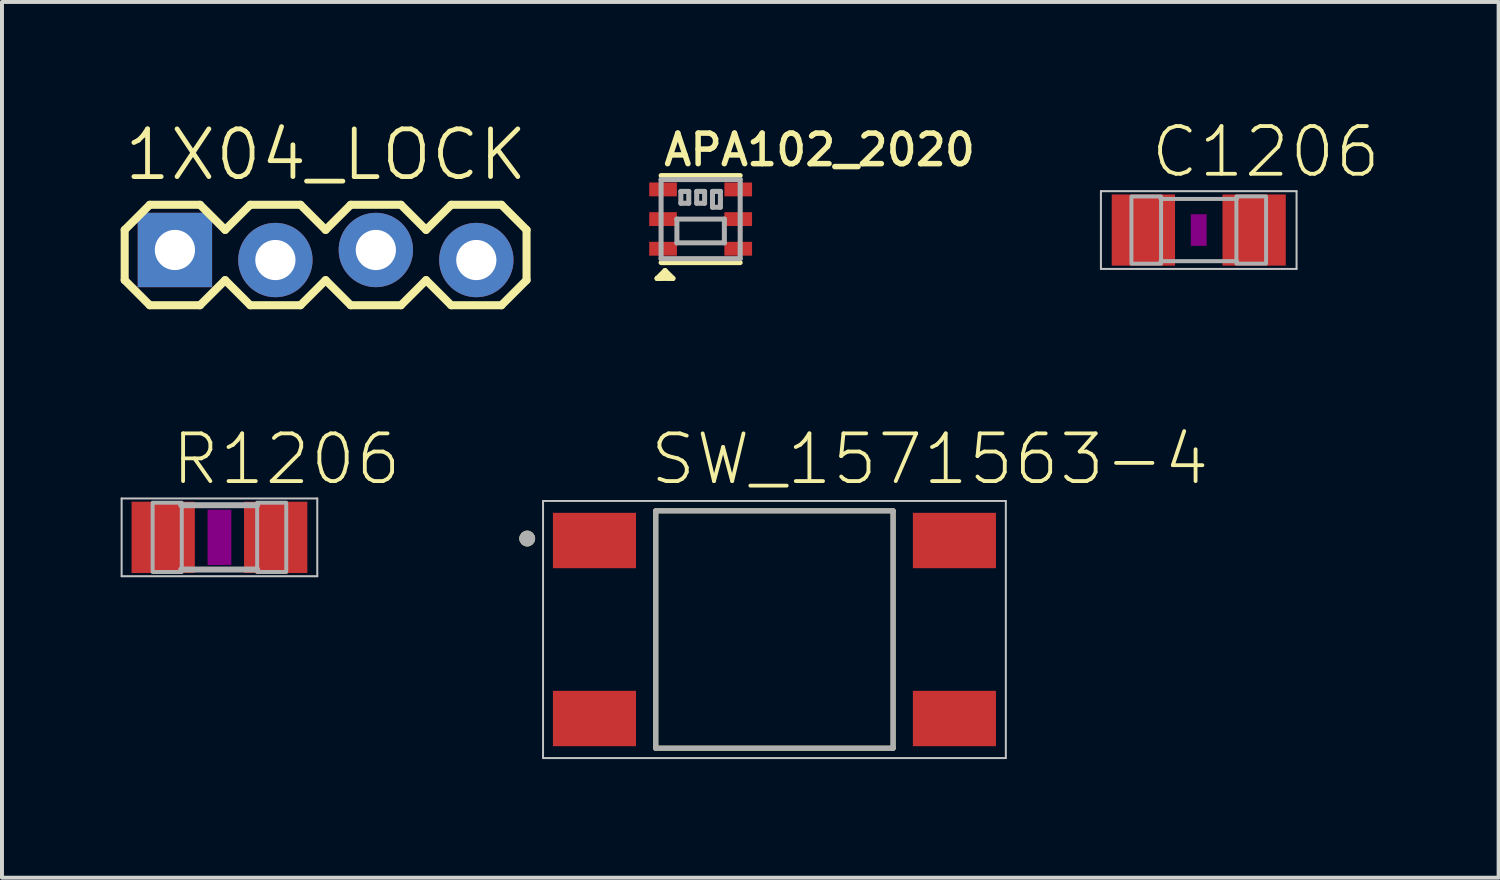
<source format=kicad_pcb>
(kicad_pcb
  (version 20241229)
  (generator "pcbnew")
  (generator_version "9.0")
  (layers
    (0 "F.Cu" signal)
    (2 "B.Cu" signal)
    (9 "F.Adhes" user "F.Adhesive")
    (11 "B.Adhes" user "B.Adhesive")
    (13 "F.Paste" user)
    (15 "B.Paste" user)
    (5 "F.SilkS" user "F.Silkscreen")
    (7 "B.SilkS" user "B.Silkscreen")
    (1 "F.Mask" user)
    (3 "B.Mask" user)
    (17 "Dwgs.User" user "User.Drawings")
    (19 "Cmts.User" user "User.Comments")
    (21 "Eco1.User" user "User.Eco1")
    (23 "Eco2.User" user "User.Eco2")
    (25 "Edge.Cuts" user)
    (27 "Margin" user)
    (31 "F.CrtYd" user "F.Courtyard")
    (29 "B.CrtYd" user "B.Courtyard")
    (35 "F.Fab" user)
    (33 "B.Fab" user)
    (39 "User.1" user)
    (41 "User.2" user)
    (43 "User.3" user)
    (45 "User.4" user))
  (footprint "APA102_2020"
    (layer "F.Cu")
    (at 14.663 2.489)
    (property "Reference" "APA102_2020" (at -1 -1.3 0) (layer "F.SilkS") (effects (font (size 0.772 0.772) (thickness 0.139)) (justify left bottom)))
    (attr through_hole)
    (fp_line (start -1.1 1.5) (end -1 1.5) (stroke (width 0.127) (type solid)) (layer "F.SilkS"))
    (fp_line (start -1.1 1.5) (end -0.8 1.5) (stroke (width 0.127) (type solid)) (layer "F.SilkS"))
    (fp_line (start -1 1.5) (end -0.9 1.4) (stroke (width 0.127) (type solid)) (layer "F.SilkS"))
    (fp_line (start -0.9 1.3) (end -1.1 1.5) (stroke (width 0.127) (type solid)) (layer "F.SilkS"))
    (fp_line (start -0.8 1.5) (end -0.7 1.5) (stroke (width 0.127) (type solid)) (layer "F.SilkS"))
    (fp_line (start -0.7 1.5) (end -0.9 1.3) (stroke (width 0.127) (type solid)) (layer "F.SilkS"))
    (fp_line (start 1 -1.1) (end -1 -1.1) (stroke (width 0.127) (type solid)) (layer "F.SilkS"))
    (fp_line (start 1 1.1) (end -1 1.1) (stroke (width 0.127) (type solid)) (layer "F.SilkS"))
    (fp_line (start -1 -1) (end 1 -1) (stroke (width 0.127) (type solid)) (layer "F.Fab"))
    (fp_line (start -1 1) (end -1 -1) (stroke (width 0.127) (type solid)) (layer "F.Fab"))
    (fp_line (start -0.6 0) (end 0.6 0) (stroke (width 0.127) (type solid)) (layer "F.Fab"))
    (fp_line (start -0.6 0.6) (end -0.6 0) (stroke (width 0.127) (type solid)) (layer "F.Fab"))
    (fp_line (start -0.5 -0.7) (end -0.3 -0.7) (stroke (width 0.127) (type solid)) (layer "F.Fab"))
    (fp_line (start -0.5 -0.4) (end -0.5 -0.7) (stroke (width 0.127) (type solid)) (layer "F.Fab"))
    (fp_line (start -0.3 -0.7) (end -0.3 -0.4) (stroke (width 0.127) (type solid)) (layer "F.Fab"))
    (fp_line (start -0.3 -0.4) (end -0.5 -0.4) (stroke (width 0.127) (type solid)) (layer "F.Fab"))
    (fp_line (start -0.1 -0.7) (end 0.1 -0.7) (stroke (width 0.127) (type solid)) (layer "F.Fab"))
    (fp_line (start -0.1 -0.4) (end -0.1 -0.7) (stroke (width 0.127) (type solid)) (layer "F.Fab"))
    (fp_line (start 0.1 -0.7) (end 0.1 -0.4) (stroke (width 0.127) (type solid)) (layer "F.Fab"))
    (fp_line (start 0.1 -0.4) (end -0.1 -0.4) (stroke (width 0.127) (type solid)) (layer "F.Fab"))
    (fp_line (start 0.3 -0.7) (end 0.5 -0.7) (stroke (width 0.127) (type solid)) (layer "F.Fab"))
    (fp_line (start 0.3 -0.3) (end 0.3 -0.7) (stroke (width 0.127) (type solid)) (layer "F.Fab"))
    (fp_line (start 0.5 -0.7) (end 0.5 -0.5) (stroke (width 0.127) (type solid)) (layer "F.Fab"))
    (fp_line (start 0.5 -0.5) (end 0.5 -0.3) (stroke (width 0.127) (type solid)) (layer "F.Fab"))
    (fp_line (start 0.5 -0.3) (end 0.3 -0.3) (stroke (width 0.127) (type solid)) (layer "F.Fab"))
    (fp_line (start 0.6 0) (end 0.6 0.6) (stroke (width 0.127) (type solid)) (layer "F.Fab"))
    (fp_line (start 0.6 0.6) (end -0.6 0.6) (stroke (width 0.127) (type solid)) (layer "F.Fab"))
    (fp_line (start 1 -1) (end 1 1) (stroke (width 0.127) (type solid)) (layer "F.Fab"))
    (fp_line (start 1 1) (end -1 1) (stroke (width 0.127) (type solid)) (layer "F.Fab"))
    (pad "1" smd rect (at -0.95 0.75 180) (size 0.7 0.35) (layers "F.Cu" "F.Mask" "F.Paste"))
    (pad "2" smd rect (at -0.95 0 180) (size 0.7 0.35) (layers "F.Cu" "F.Mask" "F.Paste"))
    (pad "3" smd rect (at -0.95 -0.75 180) (size 0.7 0.35) (layers "F.Cu" "F.Mask" "F.Paste"))
    (pad "4" smd rect (at 0.95 -0.75 180) (size 0.7 0.35) (layers "F.Cu" "F.Mask" "F.Paste"))
    (pad "5" smd rect (at 0.95 0 180) (size 0.7 0.35) (layers "F.Cu" "F.Mask" "F.Paste"))
    (pad "6" smd rect (at 0.95 0.75 180) (size 0.7 0.35) (layers "F.Cu" "F.Mask" "F.Paste")))
  (footprint "1X04_LOCK"
    (layer "F.Cu")
    (at 1.372 3.397)
    (property "Reference" "1X04_LOCK" (at -1.346 -1.829 0) (layer "F.SilkS") (effects (font (size 1.206 1.206) (thickness 0.121)) (justify left bottom)))
    (attr through_hole)
    (fp_line (start -1.27 -0.635) (end -1.27 0.635) (stroke (width 0.203) (type solid)) (layer "F.SilkS"))
    (fp_line (start -1.27 0.635) (end -0.635 1.27) (stroke (width 0.203) (type solid)) (layer "F.SilkS"))
    (fp_line (start -0.635 -1.27) (end -1.27 -0.635) (stroke (width 0.203) (type solid)) (layer "F.SilkS"))
    (fp_line (start -0.635 -1.27) (end 0.635 -1.27) (stroke (width 0.203) (type solid)) (layer "F.SilkS"))
    (fp_line (start 0.635 -1.27) (end 1.27 -0.635) (stroke (width 0.203) (type solid)) (layer "F.SilkS"))
    (fp_line (start 0.635 1.27) (end -0.635 1.27) (stroke (width 0.203) (type solid)) (layer "F.SilkS"))
    (fp_line (start 1.27 -0.635) (end 1.905 -1.27) (stroke (width 0.203) (type solid)) (layer "F.SilkS"))
    (fp_line (start 1.27 0.635) (end 0.635 1.27) (stroke (width 0.203) (type solid)) (layer "F.SilkS"))
    (fp_line (start 1.905 -1.27) (end 3.175 -1.27) (stroke (width 0.203) (type solid)) (layer "F.SilkS"))
    (fp_line (start 1.905 1.27) (end 1.27 0.635) (stroke (width 0.203) (type solid)) (layer "F.SilkS"))
    (fp_line (start 3.175 -1.27) (end 3.81 -0.635) (stroke (width 0.203) (type solid)) (layer "F.SilkS"))
    (fp_line (start 3.175 1.27) (end 1.905 1.27) (stroke (width 0.203) (type solid)) (layer "F.SilkS"))
    (fp_line (start 3.81 -0.635) (end 4.445 -1.27) (stroke (width 0.203) (type solid)) (layer "F.SilkS"))
    (fp_line (start 3.81 0.635) (end 3.175 1.27) (stroke (width 0.203) (type solid)) (layer "F.SilkS"))
    (fp_line (start 4.445 -1.27) (end 5.715 -1.27) (stroke (width 0.203) (type solid)) (layer "F.SilkS"))
    (fp_line (start 4.445 1.27) (end 3.81 0.635) (stroke (width 0.203) (type solid)) (layer "F.SilkS"))
    (fp_line (start 5.715 -1.27) (end 6.35 -0.635) (stroke (width 0.203) (type solid)) (layer "F.SilkS"))
    (fp_line (start 5.715 1.27) (end 4.445 1.27) (stroke (width 0.203) (type solid)) (layer "F.SilkS"))
    (fp_line (start 6.35 0.635) (end 5.715 1.27) (stroke (width 0.203) (type solid)) (layer "F.SilkS"))
    (fp_line (start 6.35 0.635) (end 6.985 1.27) (stroke (width 0.203) (type solid)) (layer "F.SilkS"))
    (fp_line (start 6.985 -1.27) (end 6.35 -0.635) (stroke (width 0.203) (type solid)) (layer "F.SilkS"))
    (fp_line (start 6.985 -1.27) (end 8.255 -1.27) (stroke (width 0.203) (type solid)) (layer "F.SilkS"))
    (fp_line (start 8.255 -1.27) (end 8.89 -0.635) (stroke (width 0.203) (type solid)) (layer "F.SilkS"))
    (fp_line (start 8.255 1.27) (end 6.985 1.27) (stroke (width 0.203) (type solid)) (layer "F.SilkS"))
    (fp_line (start 8.89 -0.635) (end 8.89 0.635) (stroke (width 0.203) (type solid)) (layer "F.SilkS"))
    (fp_line (start 8.89 0.635) (end 8.255 1.27) (stroke (width 0.203) (type solid)) (layer "F.SilkS"))
    (fp_poly (pts (xy -0.254 0.254) (xy 0.254 0.254) (xy 0.254 -0.254) (xy -0.254 -0.254)) (stroke (width 0.1) (type solid)) (fill no) (layer "F.Fab"))
    (fp_poly (pts (xy 2.286 0.254) (xy 2.794 0.254) (xy 2.794 -0.254) (xy 2.286 -0.254)) (stroke (width 0.1) (type solid)) (fill no) (layer "F.Fab"))
    (fp_poly (pts (xy 4.826 0.254) (xy 5.334 0.254) (xy 5.334 -0.254) (xy 4.826 -0.254)) (stroke (width 0.1) (type solid)) (fill no) (layer "F.Fab"))
    (fp_poly (pts (xy 7.366 0.254) (xy 7.874 0.254) (xy 7.874 -0.254) (xy 7.366 -0.254)) (stroke (width 0.1) (type solid)) (fill no) (layer "F.Fab"))
    (pad "1" thru_hole rect (at 0 -0.127 90) (size 1.88 1.88) (drill 1.016) (layers "*.Cu" "*.Mask"))
    (pad "2" thru_hole circle (at 2.54 0.127 90) (size 1.88 1.88) (drill 1.016) (layers "*.Cu" "*.Mask"))
    (pad "3" thru_hole circle (at 5.08 -0.127 90) (size 1.88 1.88) (drill 1.016) (layers "*.Cu" "*.Mask"))
    (pad "4" thru_hole circle (at 7.62 0.127 90) (size 1.88 1.88) (drill 1.016) (layers "*.Cu" "*.Mask")))
  (footprint "SW_1571563-4"
    (layer "F.Cu")
    (at 16.529 12.865)
    (property "Reference" "SW_1571563-4" (at -3.2 -3.6 0) (layer "F.SilkS") (effects (font (size 1.206 1.206) (thickness 0.097)) (justify left bottom)))
    (attr through_hole)
    (fp_line (start -3 3) (end -3 -3) (stroke (width 0.127) (type solid)) (layer "F.SilkS"))
    (fp_line (start 3 -3) (end -3 -3) (stroke (width 0.127) (type solid)) (layer "F.SilkS"))
    (fp_line (start 3 -3) (end 3 3) (stroke (width 0.127) (type solid)) (layer "F.SilkS"))
    (fp_line (start 3 3) (end -3 3) (stroke (width 0.127) (type solid)) (layer "F.SilkS"))
    (fp_circle (center -6.25 -2.3) (end -6.15 -2.3) (stroke (width 0.2) (type solid)) (fill no) (layer "F.SilkS"))
    (fp_line (start -5.85 -3.25) (end -5.85 3.25) (stroke (width 0.05) (type solid)) (layer "Dwgs.User"))
    (fp_line (start -5.85 3.25) (end 5.85 3.25) (stroke (width 0.05) (type solid)) (layer "Dwgs.User"))
    (fp_line (start 5.85 -3.25) (end -5.85 -3.25) (stroke (width 0.05) (type solid)) (layer "Dwgs.User"))
    (fp_line (start 5.85 3.25) (end 5.85 -3.25) (stroke (width 0.05) (type solid)) (layer "Dwgs.User"))
    (fp_line (start -3 -3) (end -3 3) (stroke (width 0.127) (type solid)) (layer "F.Fab"))
    (fp_line (start -3 3) (end 3 3) (stroke (width 0.127) (type solid)) (layer "F.Fab"))
    (fp_line (start 3 -3) (end -3 -3) (stroke (width 0.127) (type solid)) (layer "F.Fab"))
    (fp_line (start 3 3) (end 3 -3) (stroke (width 0.127) (type solid)) (layer "F.Fab"))
    (fp_circle (center -6.25 -2.3) (end -6.15 -2.3) (stroke (width 0.2) (type solid)) (fill no) (layer "F.Fab"))
    (pad "1" smd rect (at -4.55 -2.25) (size 2.1 1.4) (layers "F.Cu" "F.Mask" "F.Paste"))
    (pad "2" smd rect (at 4.55 -2.25) (size 2.1 1.4) (layers "F.Cu" "F.Mask" "F.Paste"))
    (pad "3" smd rect (at -4.55 2.25) (size 2.1 1.4) (layers "F.Cu" "F.Mask" "F.Paste"))
    (pad "4" smd rect (at 4.55 2.25) (size 2.1 1.4) (layers "F.Cu" "F.Mask" "F.Paste")))
  (footprint "R1206"
    (layer "F.Cu")
    (at 2.498 10.535)
    (property "Reference" "R1206" (at -1.27 -1.27 180) (layer "F.SilkS") (effects (font (size 1.206 1.206) (thickness 0.097)) (justify left bottom)))
    (attr through_hole)
    (fp_poly (pts (xy -0.3 0.7) (xy 0.3 0.7) (xy 0.3 -0.7) (xy -0.3 -0.7)) (stroke (width 0) (type solid)) (fill yes) (layer "F.Adhes"))
    (fp_line (start -2.473 -0.983) (end 2.473 -0.983) (stroke (width 0.051) (type solid)) (layer "Dwgs.User"))
    (fp_line (start -2.473 0.983) (end -2.473 -0.983) (stroke (width 0.051) (type solid)) (layer "Dwgs.User"))
    (fp_line (start 2.473 -0.983) (end 2.473 0.983) (stroke (width 0.051) (type solid)) (layer "Dwgs.User"))
    (fp_line (start 2.473 0.983) (end -2.473 0.983) (stroke (width 0.051) (type solid)) (layer "Dwgs.User"))
    (fp_line (start 0.953 -0.813) (end -0.965 -0.813) (stroke (width 0.152) (type solid)) (layer "F.Fab"))
    (fp_line (start 0.953 0.813) (end -0.965 0.813) (stroke (width 0.152) (type solid)) (layer "F.Fab"))
    (fp_poly (pts (xy -1.689 0.876) (xy -0.953 0.876) (xy -0.953 -0.876) (xy -1.689 -0.876)) (stroke (width 0.1) (type solid)) (fill no) (layer "F.Fab"))
    (fp_poly (pts (xy 0.953 0.876) (xy 1.689 0.876) (xy 1.689 -0.876) (xy 0.953 -0.876)) (stroke (width 0.1) (type solid)) (fill no) (layer "F.Fab"))
    (pad "1" smd rect (at -1.422 0) (size 1.6 1.803) (layers "F.Cu" "F.Mask" "F.Paste"))
    (pad "2" smd rect (at 1.422 0) (size 1.6 1.803) (layers "F.Cu" "F.Mask" "F.Paste")))
  (footprint "C1206"
    (layer "F.Cu")
    (at 27.256 2.766)
    (property "Reference" "C1206" (at -1.27 -1.27 180) (layer "F.SilkS") (effects (font (size 1.206 1.206) (thickness 0.097)) (justify left bottom)))
    (attr through_hole)
    (fp_poly (pts (xy -0.2 0.4) (xy 0.2 0.4) (xy 0.2 -0.4) (xy -0.2 -0.4)) (stroke (width 0) (type solid)) (fill yes) (layer "F.Adhes"))
    (fp_line (start -2.473 -0.983) (end 2.473 -0.983) (stroke (width 0.051) (type solid)) (layer "Dwgs.User"))
    (fp_line (start -2.473 0.983) (end -2.473 -0.983) (stroke (width 0.051) (type solid)) (layer "Dwgs.User"))
    (fp_line (start 2.473 -0.983) (end 2.473 0.983) (stroke (width 0.051) (type solid)) (layer "Dwgs.User"))
    (fp_line (start 2.473 0.983) (end -2.473 0.983) (stroke (width 0.051) (type solid)) (layer "Dwgs.User"))
    (fp_line (start -0.965 -0.787) (end 0.965 -0.787) (stroke (width 0.102) (type solid)) (layer "F.Fab"))
    (fp_line (start -0.965 0.787) (end 0.965 0.787) (stroke (width 0.102) (type solid)) (layer "F.Fab"))
    (fp_poly (pts (xy -1.702 0.851) (xy -0.952 0.851) (xy -0.952 -0.849) (xy -1.702 -0.849)) (stroke (width 0.1) (type solid)) (fill no) (layer "F.Fab"))
    (fp_poly (pts (xy 0.952 0.849) (xy 1.702 0.849) (xy 1.702 -0.851) (xy 0.952 -0.851)) (stroke (width 0.1) (type solid)) (fill no) (layer "F.Fab"))
    (pad "1" smd rect (at -1.4 0) (size 1.6 1.8) (layers "F.Cu" "F.Mask" "F.Paste"))
    (pad "2" smd rect (at 1.4 0) (size 1.6 1.8) (layers "F.Cu" "F.Mask" "F.Paste")))
  (gr_rect
    (start -3 -3)
    (end 34.837 19.14)
    (stroke (width 0.1) (type default))
    (fill no)
    (layer "Edge.Cuts")))
</source>
